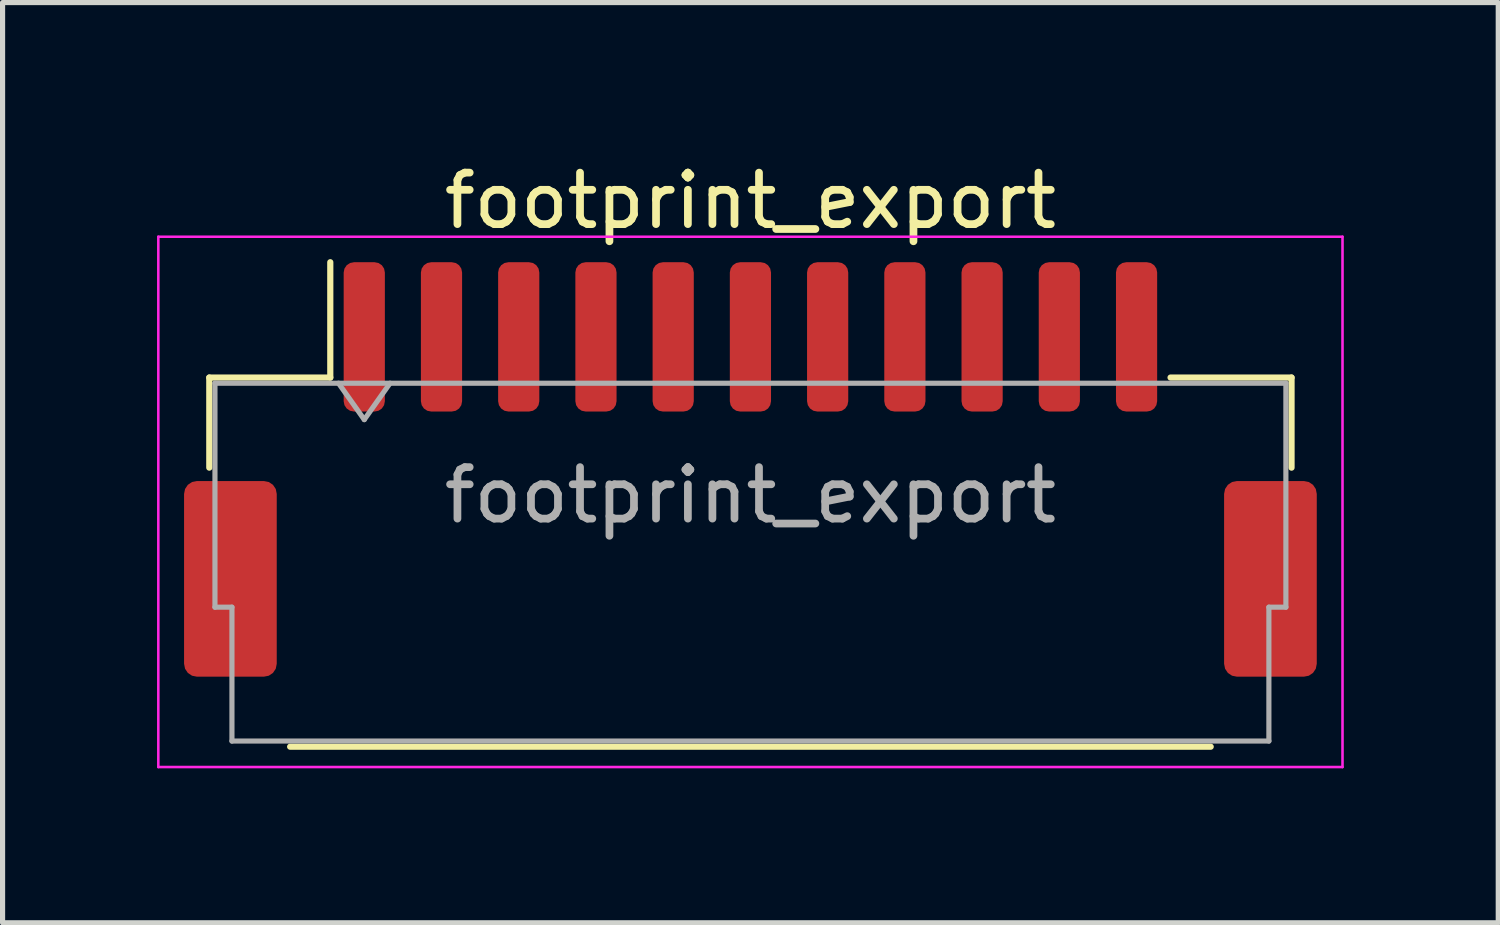
<source format=kicad_pcb>
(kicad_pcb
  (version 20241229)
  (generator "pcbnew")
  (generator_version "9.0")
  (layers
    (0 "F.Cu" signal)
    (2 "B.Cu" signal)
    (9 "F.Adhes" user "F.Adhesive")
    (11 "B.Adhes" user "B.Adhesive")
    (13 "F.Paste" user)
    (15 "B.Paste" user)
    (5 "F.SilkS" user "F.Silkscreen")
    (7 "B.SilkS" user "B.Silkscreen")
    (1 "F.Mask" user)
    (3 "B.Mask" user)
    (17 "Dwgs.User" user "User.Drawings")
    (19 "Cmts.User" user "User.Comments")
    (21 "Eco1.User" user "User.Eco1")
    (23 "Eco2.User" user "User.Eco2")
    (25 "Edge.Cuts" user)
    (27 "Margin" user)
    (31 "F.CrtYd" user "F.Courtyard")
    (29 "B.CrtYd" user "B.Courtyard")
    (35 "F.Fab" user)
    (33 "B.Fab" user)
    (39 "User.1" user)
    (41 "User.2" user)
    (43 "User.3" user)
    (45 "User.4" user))
  (footprint "footprint_export"
    (layer "F.Cu")
    (at 11.525 6.068)
    (property "Reference" "footprint_export" (at 0 -5.22 0) (layer "F.SilkS") (effects (font (size 1 1) (thickness 0.15))))
    (attr smd)
    (fp_line (start -10.51 -1.785) (end -8.16 -1.785) (stroke (width 0.12) (type solid)) (layer "F.SilkS"))
    (fp_line (start -10.51 -0.035) (end -10.51 -1.785) (stroke (width 0.12) (type solid)) (layer "F.SilkS"))
    (fp_line (start -8.94 5.385) (end 8.94 5.385) (stroke (width 0.12) (type solid)) (layer "F.SilkS"))
    (fp_line (start -8.16 -1.785) (end -8.16 -4.025) (stroke (width 0.12) (type solid)) (layer "F.SilkS"))
    (fp_line (start 10.51 -1.785) (end 8.16 -1.785) (stroke (width 0.12) (type solid)) (layer "F.SilkS"))
    (fp_line (start 10.51 -0.035) (end 10.51 -1.785) (stroke (width 0.12) (type solid)) (layer "F.SilkS"))
    (fp_line (start -11.5 -4.52) (end -11.5 5.78) (stroke (width 0.05) (type solid)) (layer "F.CrtYd"))
    (fp_line (start -11.5 5.78) (end 11.5 5.78) (stroke (width 0.05) (type solid)) (layer "F.CrtYd"))
    (fp_line (start 11.5 -4.52) (end -11.5 -4.52) (stroke (width 0.05) (type solid)) (layer "F.CrtYd"))
    (fp_line (start 11.5 5.78) (end 11.5 -4.52) (stroke (width 0.05) (type solid)) (layer "F.CrtYd"))
    (fp_line (start -10.4 -1.675) (end -10.4 2.675) (stroke (width 0.1) (type solid)) (layer "F.Fab"))
    (fp_line (start -10.4 -1.675) (end 10.4 -1.675) (stroke (width 0.1) (type solid)) (layer "F.Fab"))
    (fp_line (start -10.4 2.675) (end -10.07 2.675) (stroke (width 0.1) (type solid)) (layer "F.Fab"))
    (fp_line (start -10.07 2.675) (end -10.07 5.275) (stroke (width 0.1) (type solid)) (layer "F.Fab"))
    (fp_line (start -10.07 5.275) (end 10.07 5.275) (stroke (width 0.1) (type solid)) (layer "F.Fab"))
    (fp_line (start -8 -1.675) (end -7.5 -0.968) (stroke (width 0.1) (type solid)) (layer "F.Fab"))
    (fp_line (start -7.5 -0.968) (end -7 -1.675) (stroke (width 0.1) (type solid)) (layer "F.Fab"))
    (fp_line (start 10.07 2.675) (end 10.4 2.675) (stroke (width 0.1) (type solid)) (layer "F.Fab"))
    (fp_line (start 10.07 5.275) (end 10.07 2.675) (stroke (width 0.1) (type solid)) (layer "F.Fab"))
    (fp_line (start 10.4 -1.675) (end 10.4 2.675) (stroke (width 0.1) (type solid)) (layer "F.Fab"))
    (fp_text user "${REFERENCE}" (at 0 0.5 0) (layer "F.Fab") (effects (font (size 1 1) (thickness 0.15))))
    (pad "1" smd roundrect (at -7.5 -2.575) (size 0.8 2.9) (layers "F.Cu" "F.Mask" "F.Paste") (roundrect_rratio 0.25))
    (pad "2" smd roundrect (at -6 -2.575) (size 0.8 2.9) (layers "F.Cu" "F.Mask" "F.Paste") (roundrect_rratio 0.25))
    (pad "3" smd roundrect (at -4.5 -2.575) (size 0.8 2.9) (layers "F.Cu" "F.Mask" "F.Paste") (roundrect_rratio 0.25))
    (pad "4" smd roundrect (at -3 -2.575) (size 0.8 2.9) (layers "F.Cu" "F.Mask" "F.Paste") (roundrect_rratio 0.25))
    (pad "5" smd roundrect (at -1.5 -2.575) (size 0.8 2.9) (layers "F.Cu" "F.Mask" "F.Paste") (roundrect_rratio 0.25))
    (pad "6" smd roundrect (at 0 -2.575) (size 0.8 2.9) (layers "F.Cu" "F.Mask" "F.Paste") (roundrect_rratio 0.25))
    (pad "7" smd roundrect (at 1.5 -2.575) (size 0.8 2.9) (layers "F.Cu" "F.Mask" "F.Paste") (roundrect_rratio 0.25))
    (pad "8" smd roundrect (at 3 -2.575) (size 0.8 2.9) (layers "F.Cu" "F.Mask" "F.Paste") (roundrect_rratio 0.25))
    (pad "9" smd roundrect (at 4.5 -2.575) (size 0.8 2.9) (layers "F.Cu" "F.Mask" "F.Paste") (roundrect_rratio 0.25))
    (pad "10" smd roundrect (at 6 -2.575) (size 0.8 2.9) (layers "F.Cu" "F.Mask" "F.Paste") (roundrect_rratio 0.25))
    (pad "11" smd roundrect (at 7.5 -2.575) (size 0.8 2.9) (layers "F.Cu" "F.Mask" "F.Paste") (roundrect_rratio 0.25))
    (pad "MP" smd roundrect (at -10.1 2.125) (size 1.8 3.8) (layers "F.Cu" "F.Mask" "F.Paste") (roundrect_rratio 0.139))
    (pad "MP" smd roundrect (at 10.1 2.125) (size 1.8 3.8) (layers "F.Cu" "F.Mask" "F.Paste") (roundrect_rratio 0.139)))
  (gr_rect
    (start -3 -3)
    (end 26.05 14.873)
    (stroke (width 0.1) (type default))
    (fill no)
    (layer "Edge.Cuts")))
</source>
